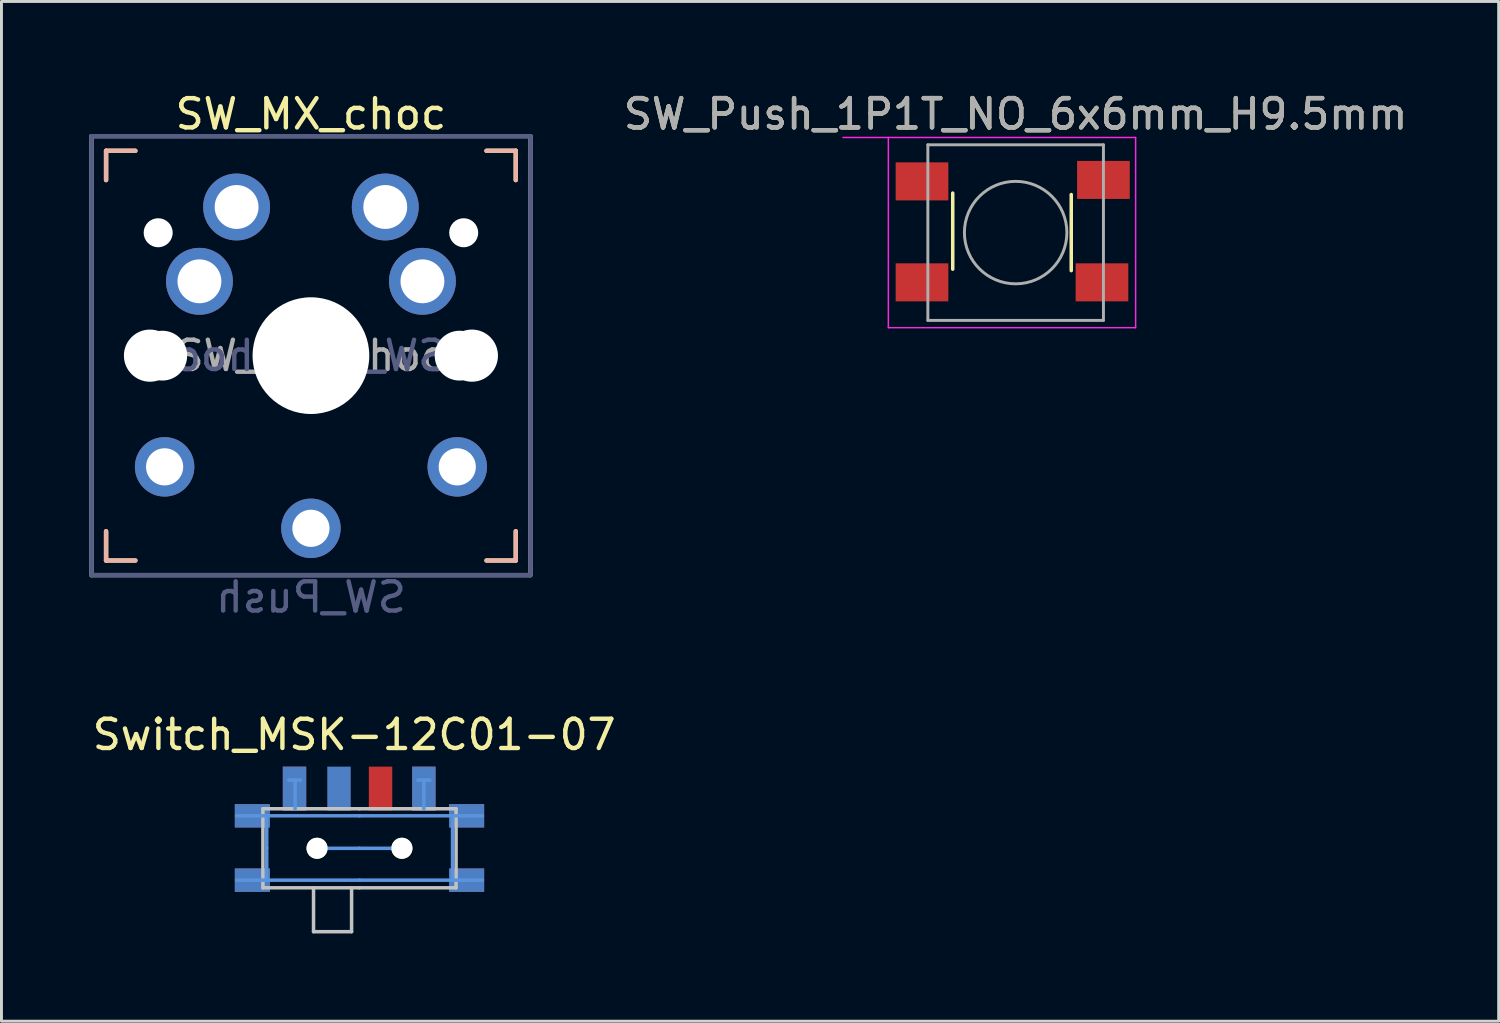
<source format=kicad_pcb>
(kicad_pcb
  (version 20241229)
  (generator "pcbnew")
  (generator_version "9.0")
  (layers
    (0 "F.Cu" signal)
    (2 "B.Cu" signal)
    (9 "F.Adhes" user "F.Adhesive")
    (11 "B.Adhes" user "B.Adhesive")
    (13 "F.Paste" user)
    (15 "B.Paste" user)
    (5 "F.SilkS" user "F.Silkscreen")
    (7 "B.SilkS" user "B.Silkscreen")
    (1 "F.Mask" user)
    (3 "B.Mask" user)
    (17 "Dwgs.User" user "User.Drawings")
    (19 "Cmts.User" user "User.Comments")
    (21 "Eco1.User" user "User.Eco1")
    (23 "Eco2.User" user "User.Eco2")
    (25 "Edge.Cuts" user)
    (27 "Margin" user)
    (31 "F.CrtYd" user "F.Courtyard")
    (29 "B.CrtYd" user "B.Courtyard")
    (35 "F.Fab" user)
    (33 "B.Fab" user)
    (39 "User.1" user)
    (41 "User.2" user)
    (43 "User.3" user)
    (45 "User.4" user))
  (footprint "SW_Push_1P1T_NO_6x6mm_H9.5mm"
    (layer "F.Cu")
    (at 31.656 4.898)
    (property "Reference" "SW_Push_1P1T_NO_6x6mm_H9.5mm" (at 0 -4.05 0) (layer "F.SilkS") (effects (font (size 1 1) (thickness 0.15))))
    (attr smd)
    (fp_line (start -2.15 -1.35) (end -2.15 1.25) (stroke (width 0.12) (type solid)) (layer "F.SilkS"))
    (fp_line (start 1.9 -1.3) (end 1.9 1.3) (stroke (width 0.12) (type solid)) (layer "F.SilkS"))
    (fp_line (start -5.9 -3.25) (end 4.1 -3.25) (stroke (width 0.05) (type solid)) (layer "F.CrtYd"))
    (fp_line (start -4.35 -3.25) (end -4.35 3.25) (stroke (width 0.05) (type solid)) (layer "F.CrtYd"))
    (fp_line (start -4.35 3.25) (end 4.1 3.25) (stroke (width 0.05) (type solid)) (layer "F.CrtYd"))
    (fp_line (start 4.1 3.25) (end 4.1 -3.25) (stroke (width 0.05) (type solid)) (layer "F.CrtYd"))
    (fp_line (start -3 -3) (end -3 3) (stroke (width 0.1) (type solid)) (layer "F.Fab"))
    (fp_line (start -3 3) (end 3 3) (stroke (width 0.1) (type solid)) (layer "F.Fab"))
    (fp_line (start 3 -3) (end -3 -3) (stroke (width 0.1) (type solid)) (layer "F.Fab"))
    (fp_line (start 3 3) (end 3 -3) (stroke (width 0.1) (type solid)) (layer "F.Fab"))
    (fp_circle (center 0 0) (end 1.75 -0.05) (stroke (width 0.1) (type solid)) (fill no) (layer "F.Fab"))
    (fp_text user "${REFERENCE}" (at 0 -4.05 0) (layer "F.Fab") (effects (font (size 1 1) (thickness 0.15))))
    (pad "1" smd rect (at -3.2 -1.75) (size 1.8 1.3) (layers "F.Cu" "F.Mask" "F.Paste"))
    (pad "1" smd rect (at 3 -1.8) (size 1.8 1.3) (layers "F.Cu" "F.Mask" "F.Paste"))
    (pad "2" smd rect (at -3.2 1.7) (size 1.8 1.3) (layers "F.Cu" "F.Mask" "F.Paste"))
    (pad "2" smd rect (at 2.95 1.7) (size 1.8 1.3) (layers "F.Cu" "F.Mask" "F.Paste")))
  (footprint "SW_MX_choc"
    (layer "F.Cu")
    (at 7.575 9.103)
    (property "Reference" "SW_MX_choc" (at 0 -8.255 0) (layer "F.SilkS") (effects (font (size 1 1) (thickness 0.15))))
    (property "Value" "SW_Push" (at 0 8.255 0) (layer "F.Fab") (hide yes) (effects (font (size 1 1) (thickness 0.15))))
    (attr through_hole)
    (fp_line (start -7 -7) (end -6 -7) (stroke (width 0.15) (type solid)) (layer "F.SilkS"))
    (fp_line (start -7 -6) (end -7 -7) (stroke (width 0.15) (type solid)) (layer "F.SilkS"))
    (fp_line (start -7 7) (end -7 6) (stroke (width 0.15) (type solid)) (layer "F.SilkS"))
    (fp_line (start -6 7) (end -7 7) (stroke (width 0.15) (type solid)) (layer "F.SilkS"))
    (fp_line (start 6 -7) (end 7 -7) (stroke (width 0.15) (type solid)) (layer "F.SilkS"))
    (fp_line (start 7 -7) (end 7 -6) (stroke (width 0.15) (type solid)) (layer "F.SilkS"))
    (fp_line (start 7 6) (end 7 7) (stroke (width 0.15) (type solid)) (layer "F.SilkS"))
    (fp_line (start 7 7) (end 6 7) (stroke (width 0.15) (type solid)) (layer "F.SilkS"))
    (fp_line (start -7 -7) (end -6 -7) (stroke (width 0.15) (type solid)) (layer "B.SilkS"))
    (fp_line (start -7 -6) (end -7 -7) (stroke (width 0.15) (type solid)) (layer "B.SilkS"))
    (fp_line (start -7 7) (end -7 6) (stroke (width 0.15) (type solid)) (layer "B.SilkS"))
    (fp_line (start -6 7) (end -7 7) (stroke (width 0.15) (type solid)) (layer "B.SilkS"))
    (fp_line (start 6 -7) (end 7 -7) (stroke (width 0.15) (type solid)) (layer "B.SilkS"))
    (fp_line (start 7 -7) (end 7 -6) (stroke (width 0.15) (type solid)) (layer "B.SilkS"))
    (fp_line (start 7 6) (end 7 7) (stroke (width 0.15) (type solid)) (layer "B.SilkS"))
    (fp_line (start 7 7) (end 6 7) (stroke (width 0.15) (type solid)) (layer "B.SilkS"))
    (fp_line (start -6.9 6.9) (end -6.9 -6.9) (stroke (width 0.15) (type solid)) (layer "Eco2.User"))
    (fp_line (start -6.9 6.9) (end 6.9 6.9) (stroke (width 0.15) (type solid)) (layer "Eco2.User"))
    (fp_line (start 6.9 -6.9) (end -6.9 -6.9) (stroke (width 0.15) (type solid)) (layer "Eco2.User"))
    (fp_line (start 6.9 -6.9) (end 6.9 6.9) (stroke (width 0.15) (type solid)) (layer "Eco2.User"))
    (fp_line (start -7.5 -7.5) (end 7.5 -7.5) (stroke (width 0.15) (type solid)) (layer "B.Fab"))
    (fp_line (start -7.5 7.5) (end -7.5 -7.5) (stroke (width 0.15) (type solid)) (layer "B.Fab"))
    (fp_line (start 7.5 -7.5) (end 7.5 7.5) (stroke (width 0.15) (type solid)) (layer "B.Fab"))
    (fp_line (start 7.5 7.5) (end -7.5 7.5) (stroke (width 0.15) (type solid)) (layer "B.Fab"))
    (fp_line (start -7.5 -7.5) (end 7.5 -7.5) (stroke (width 0.15) (type solid)) (layer "F.Fab"))
    (fp_line (start -7.5 7.5) (end -7.5 -7.5) (stroke (width 0.15) (type solid)) (layer "F.Fab"))
    (fp_line (start 7.5 -7.5) (end 7.5 7.5) (stroke (width 0.15) (type solid)) (layer "F.Fab"))
    (fp_line (start 7.5 7.5) (end -7.5 7.5) (stroke (width 0.15) (type solid)) (layer "F.Fab"))
    (fp_text user "${VALUE}" (at 0 8.255 0) (layer "B.Fab") (effects (font (size 1 1) (thickness 0.15)) (justify mirror)))
    (fp_text user "${REFERENCE}" (at 0 0 0) (layer "B.Fab") (effects (font (size 1 1) (thickness 0.15)) (justify mirror)))
    (fp_text user "${REFERENCE}" (at 0 0 0) (layer "F.Fab") (effects (font (size 1 1) (thickness 0.15))))
    (pad "" np_thru_hole circle (at -5.5 0) (size 1.782 1.782) (drill 1.782) (layers "*.Cu" "*.Mask"))
    (pad "" np_thru_hole circle (at -5.22 -4.2) (size 0.991 0.991) (drill 0.991) (layers "*.Cu" "*.Mask"))
    (pad "" np_thru_hole circle (at -5.08 0) (size 1.702 1.702) (drill 1.702) (layers "*.Cu" "*.Mask"))
    (pad "" np_thru_hole circle (at 0 0) (size 3.988 3.988) (drill 3.988) (layers "*.Cu" "*.Mask"))
    (pad "" np_thru_hole circle (at 5.08 0) (size 1.702 1.702) (drill 1.702) (layers "*.Cu" "*.Mask"))
    (pad "" np_thru_hole circle (at 5.22 -4.2) (size 0.991 0.991) (drill 0.991) (layers "*.Cu" "*.Mask"))
    (pad "" np_thru_hole circle (at 5.5 0) (size 1.782 1.782) (drill 1.782) (layers "*.Cu" "*.Mask"))
    (pad "1" thru_hole circle (at -3.81 -2.54) (size 2.286 2.286) (drill 1.499) (layers "*.Cu" "*.Mask"))
    (pad "1" thru_hole circle (at -2.54 -5.08) (size 2.286 2.286) (drill 1.499) (layers "*.Cu" "*.Mask"))
    (pad "1" thru_hole circle (at 0 5.9) (size 2.032 2.032) (drill 1.27) (layers "*.Cu" "*.Mask"))
    (pad "2" thru_hole circle (at -5 3.8) (size 2.032 2.032) (drill 1.27) (layers "*.Cu" "*.Mask"))
    (pad "2" thru_hole circle (at 2.54 -5.08) (size 2.286 2.286) (drill 1.499) (layers "*.Cu" "*.Mask"))
    (pad "2" thru_hole circle (at 3.81 -2.54) (size 2.286 2.286) (drill 1.499) (layers "*.Cu" "*.Mask"))
    (pad "2" thru_hole circle (at 5 3.8) (size 2.032 2.032) (drill 1.27) (layers "*.Cu" "*.Mask")))
  (footprint "Switch_MSK-12C01-07"
    (layer "F.Cu")
    (at 9.234 25.937)
    (property "Reference" "Switch_MSK-12C01-07" (at -0.181 -3.882 0) (layer "F.SilkS") (effects (font (size 1 1) (thickness 0.15))))
    (attr through_hole)
    (fp_line (start -3.3 -1.35) (end -3.3 1.35) (stroke (width 0.12) (type solid)) (layer "Dwgs.User"))
    (fp_line (start -3.3 -1.35) (end 0 -1.35) (stroke (width 0.12) (type solid)) (layer "Dwgs.User"))
    (fp_line (start -3.3 1.35) (end 0 1.35) (stroke (width 0.12) (type solid)) (layer "Dwgs.User"))
    (fp_line (start -1.57 1.35) (end -1.57 2.85) (stroke (width 0.12) (type solid)) (layer "Dwgs.User"))
    (fp_line (start -1.57 2.85) (end -0.27 2.85) (stroke (width 0.12) (type solid)) (layer "Dwgs.User"))
    (fp_line (start -0.27 1.35) (end -0.27 2.85) (stroke (width 0.12) (type solid)) (layer "Dwgs.User"))
    (fp_line (start 0 -1.35) (end 3.3 -1.35) (stroke (width 0.12) (type solid)) (layer "Dwgs.User"))
    (fp_line (start 0 1.35) (end 3.3 1.35) (stroke (width 0.12) (type solid)) (layer "Dwgs.User"))
    (fp_line (start 3.3 -1.35) (end 3.3 1.35) (stroke (width 0.12) (type solid)) (layer "Dwgs.User"))
    (fp_line (start -4.2 -1.11) (end 0 -1.11) (stroke (width 0.12) (type solid)) (layer "Cmts.User"))
    (fp_line (start -4.2 1.09) (end 0 1.09) (stroke (width 0.12) (type solid)) (layer "Cmts.User"))
    (fp_line (start -3.17 -1.11) (end -3.17 -0.01) (stroke (width 0.12) (type solid)) (layer "Cmts.User"))
    (fp_line (start -3.17 -0.01) (end -3.17 1.09) (stroke (width 0.12) (type solid)) (layer "Cmts.User"))
    (fp_line (start -2.42 -2.33) (end -2.02 -2.33) (stroke (width 0.12) (type solid)) (layer "Cmts.User"))
    (fp_line (start -2.2 -2.33) (end -2.2 -1.35) (stroke (width 0.12) (type solid)) (layer "Cmts.User"))
    (fp_line (start -1.45 0) (end 0 0) (stroke (width 0.12) (type solid)) (layer "Cmts.User"))
    (fp_line (start 0 -1.11) (end 4.2 -1.11) (stroke (width 0.12) (type solid)) (layer "Cmts.User"))
    (fp_line (start 0 0) (end 1.45 0) (stroke (width 0.12) (type solid)) (layer "Cmts.User"))
    (fp_line (start 0 1.09) (end 4.2 1.09) (stroke (width 0.12) (type solid)) (layer "Cmts.User"))
    (fp_line (start 2 -2.33) (end 2.4 -2.33) (stroke (width 0.12) (type solid)) (layer "Cmts.User"))
    (fp_line (start 2.2 -2.33) (end 2.2 -1.35) (stroke (width 0.12) (type solid)) (layer "Cmts.User"))
    (fp_line (start 3.18 -1.11) (end 3.18 -0.01) (stroke (width 0.12) (type solid)) (layer "Cmts.User"))
    (fp_line (start 3.18 -0.01) (end 3.18 1.09) (stroke (width 0.12) (type solid)) (layer "Cmts.User"))
    (pad "" np_thru_hole circle (at -1.45 0) (size 0.72 0.72) (drill 0.72) (layers "*.Cu" "*.Mask" "F.SilkS"))
    (pad "" np_thru_hole circle (at 1.45 0) (size 0.72 0.72) (drill 0.72) (layers "*.Cu" "*.Mask" "F.SilkS"))
    (pad "1" smd rect (at -2.22 -2.04) (size 0.8 1.5) (layers "F.Cu" "F.Mask" "F.Paste"))
    (pad "1" smd rect (at 2.2 -2.04) (size 0.8 1.5) (layers "B.Cu" "B.Mask" "B.Paste"))
    (pad "2" smd rect (at -0.7 -2.04) (size 0.8 1.5) (layers "B.Cu" "B.Mask" "B.Paste"))
    (pad "2" smd rect (at 0.72 -2.04) (size 0.8 1.5) (layers "F.Cu" "F.Mask" "F.Paste"))
    (pad "3" smd rect (at -2.22 -2.04) (size 0.8 1.5) (layers "B.Cu" "B.Mask" "B.Paste"))
    (pad "3" smd rect (at 2.2 -2.04) (size 0.8 1.5) (layers "F.Cu" "F.Mask" "F.Paste"))
    (pad "4" smd rect (at -3.66 -1.11) (size 1.2 0.8) (layers "F.Cu" "F.Mask" "F.Paste"))
    (pad "4" smd rect (at -3.66 -1.11) (size 1.2 0.8) (layers "B.Cu" "B.Mask" "B.Paste"))
    (pad "4" smd rect (at -3.66 1.09) (size 1.2 0.8) (layers "F.Cu" "F.Mask" "F.Paste"))
    (pad "4" smd rect (at -3.66 1.09) (size 1.2 0.8) (layers "B.Cu" "B.Mask" "B.Paste"))
    (pad "4" smd rect (at 3.66 -1.11) (size 1.2 0.8) (layers "F.Cu" "F.Mask" "F.Paste"))
    (pad "4" smd rect (at 3.66 -1.11) (size 1.2 0.8) (layers "B.Cu" "B.Mask" "B.Paste"))
    (pad "4" smd rect (at 3.66 1.09) (size 1.2 0.8) (layers "F.Cu" "F.Mask" "F.Paste"))
    (pad "4" smd rect (at 3.66 1.09) (size 1.2 0.8) (layers "B.Cu" "B.Mask" "B.Paste")))
  (gr_rect
    (start -3 -3)
    (end 48.162 31.847)
    (stroke (width 0.1) (type default))
    (fill no)
    (layer "Edge.Cuts")))
</source>
